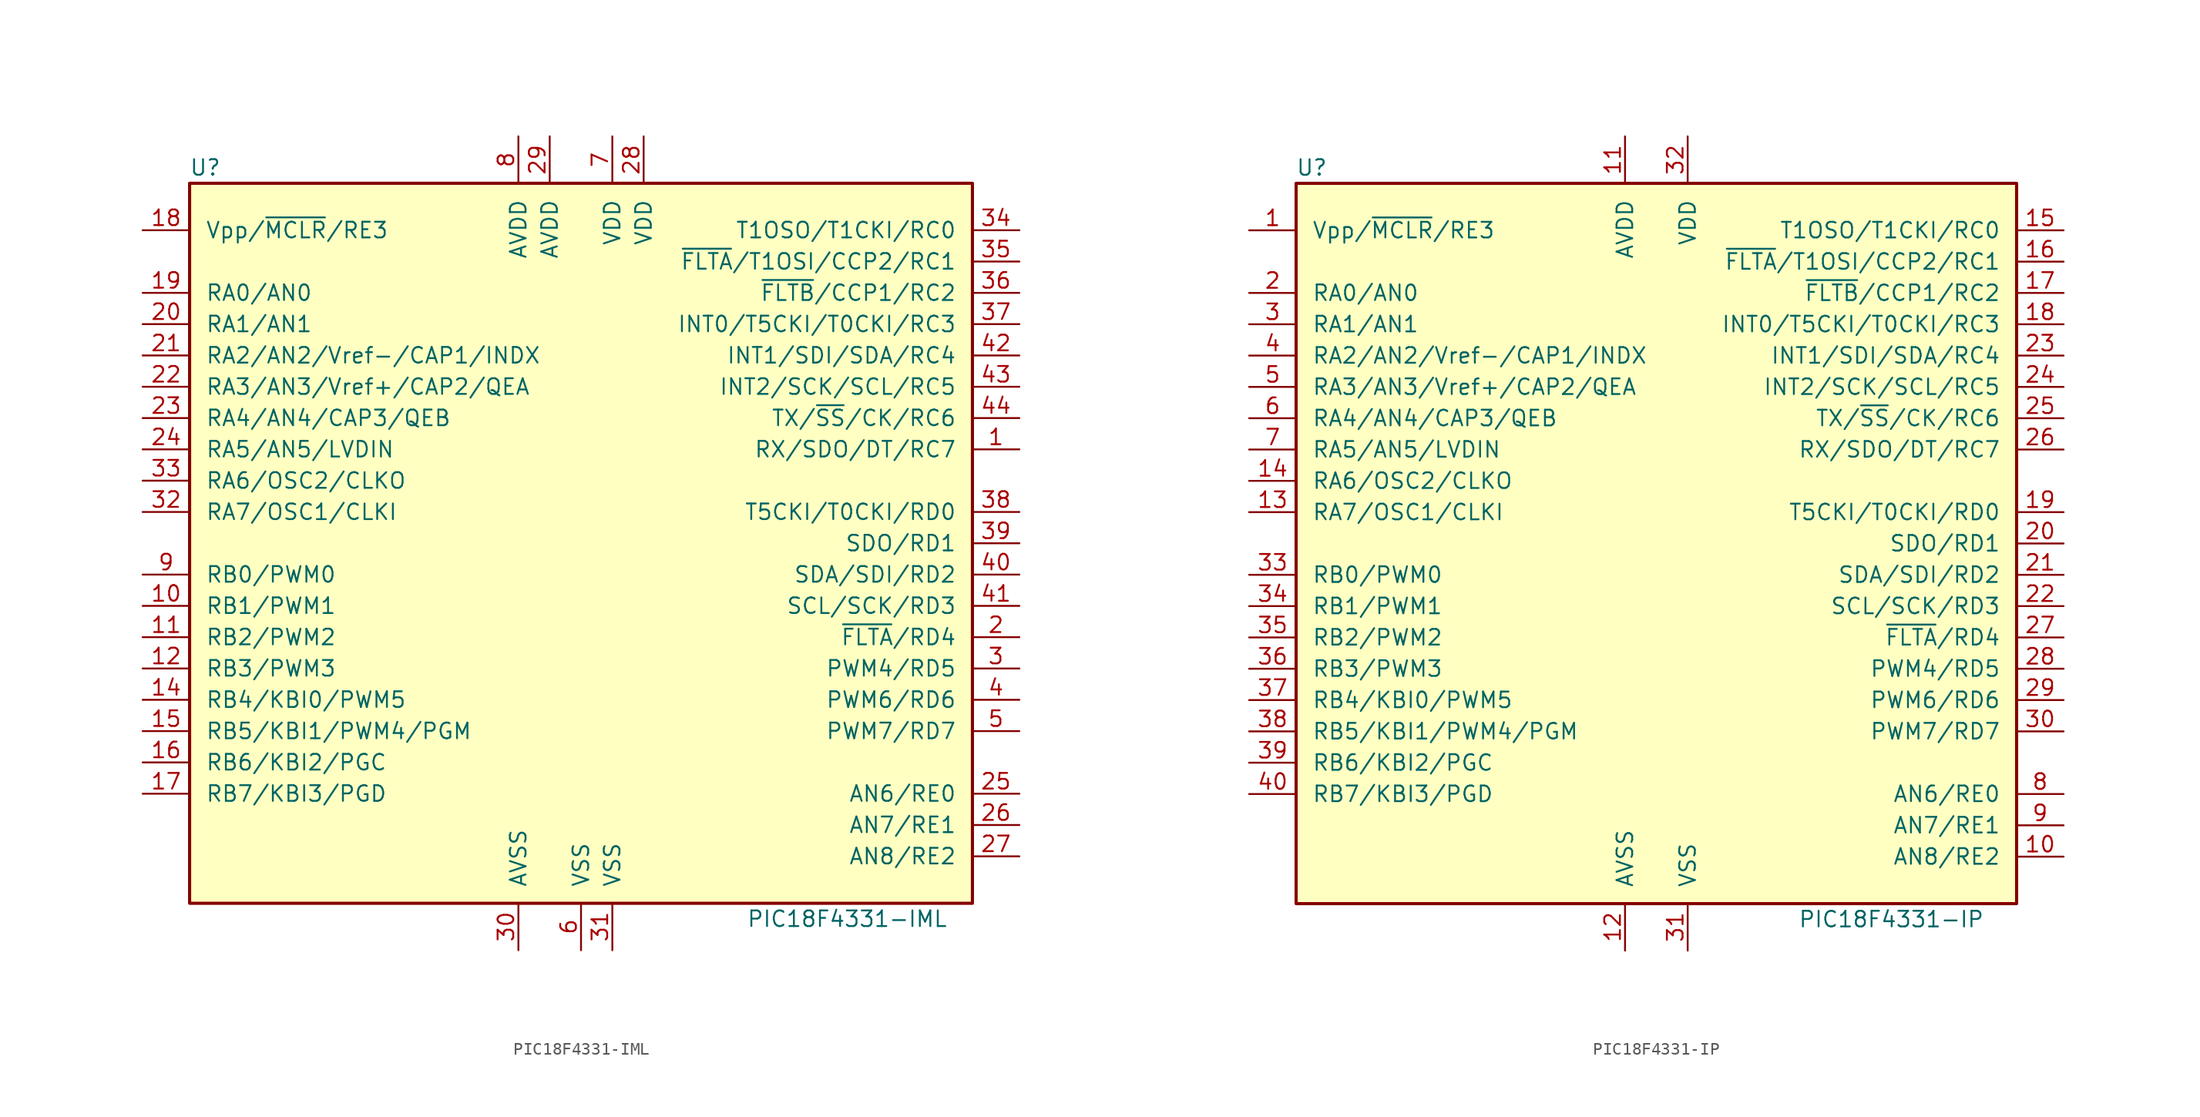
<source format=kicad_sym>
(kicad_symbol_lib
  (version 20231120)
  (generator "kicad_symbol_editor")
  (generator_version "8.0")
  (symbol "PIC18F4331-IML"
    (pin_names
      (offset 1.27))
    (property "Reference" "U"
      (at -30.48 30.48 0)
      (effects (font (size 1.27 1.27))))
    (property "Value" "PIC18F4331-IML"
      (at 21.59 -30.48 0)
      (effects (font (size 1.27 1.27))))
    (symbol "PIC18F4331-IML_0_1"
      (rectangle (start -31.75 29.21) (end 31.75 -29.21) (stroke (width 0.254) (type default)) (fill (type background))))
    (symbol "PIC18F4331-IML_1_1"
      (pin bidirectional line (at 35.56 7.62 180) (length 3.81) (name "RX/SDO/DT/RC7" (effects (font (size 1.27 1.27)))) (number "1" (effects (font (size 1.27 1.27)))))
      (pin bidirectional line (at -35.56 -5.08 0) (length 3.81) (name "RB1/PWM1" (effects (font (size 1.27 1.27)))) (number "10" (effects (font (size 1.27 1.27)))))
      (pin bidirectional line (at -35.56 -7.62 0) (length 3.81) (name "RB2/PWM2" (effects (font (size 1.27 1.27)))) (number "11" (effects (font (size 1.27 1.27)))))
      (pin bidirectional line (at -35.56 -10.16 0) (length 3.81) (name "RB3/PWM3" (effects (font (size 1.27 1.27)))) (number "12" (effects (font (size 1.27 1.27)))))
      (pin no_connect line (at -10.16 -29.21 90) (length 3.81) hide (name "NC" (effects (font (size 1.27 1.27)))) (number "13" (effects (font (size 1.27 1.27)))))
      (pin bidirectional line (at -35.56 -12.7 0) (length 3.81) (name "RB4/KBI0/PWM5" (effects (font (size 1.27 1.27)))) (number "14" (effects (font (size 1.27 1.27)))))
      (pin bidirectional line (at -35.56 -15.24 0) (length 3.81) (name "RB5/KBI1/PWM4/PGM" (effects (font (size 1.27 1.27)))) (number "15" (effects (font (size 1.27 1.27)))))
      (pin bidirectional line (at -35.56 -17.78 0) (length 3.81) (name "RB6/KBI2/PGC" (effects (font (size 1.27 1.27)))) (number "16" (effects (font (size 1.27 1.27)))))
      (pin bidirectional line (at -35.56 -20.32 0) (length 3.81) (name "RB7/KBI3/PGD" (effects (font (size 1.27 1.27)))) (number "17" (effects (font (size 1.27 1.27)))))
      (pin input line (at -35.56 25.4 0) (length 3.81) (name "Vpp/~{MCLR}/RE3" (effects (font (size 1.27 1.27)))) (number "18" (effects (font (size 1.27 1.27)))))
      (pin bidirectional line (at -35.56 20.32 0) (length 3.81) (name "RA0/AN0" (effects (font (size 1.27 1.27)))) (number "19" (effects (font (size 1.27 1.27)))))
      (pin bidirectional line (at 35.56 -7.62 180) (length 3.81) (name "~{FLTA}/RD4" (effects (font (size 1.27 1.27)))) (number "2" (effects (font (size 1.27 1.27)))))
      (pin bidirectional line (at -35.56 17.78 0) (length 3.81) (name "RA1/AN1" (effects (font (size 1.27 1.27)))) (number "20" (effects (font (size 1.27 1.27)))))
      (pin bidirectional line (at -35.56 15.24 0) (length 3.81) (name "RA2/AN2/Vref-/CAP1/INDX" (effects (font (size 1.27 1.27)))) (number "21" (effects (font (size 1.27 1.27)))))
      (pin bidirectional line (at -35.56 12.7 0) (length 3.81) (name "RA3/AN3/Vref+/CAP2/QEA" (effects (font (size 1.27 1.27)))) (number "22" (effects (font (size 1.27 1.27)))))
      (pin bidirectional line (at -35.56 10.16 0) (length 3.81) (name "RA4/AN4/CAP3/QEB" (effects (font (size 1.27 1.27)))) (number "23" (effects (font (size 1.27 1.27)))))
      (pin bidirectional line (at -35.56 7.62 0) (length 3.81) (name "RA5/AN5/LVDIN" (effects (font (size 1.27 1.27)))) (number "24" (effects (font (size 1.27 1.27)))))
      (pin bidirectional line (at 35.56 -20.32 180) (length 3.81) (name "AN6/RE0" (effects (font (size 1.27 1.27)))) (number "25" (effects (font (size 1.27 1.27)))))
      (pin bidirectional line (at 35.56 -22.86 180) (length 3.81) (name "AN7/RE1" (effects (font (size 1.27 1.27)))) (number "26" (effects (font (size 1.27 1.27)))))
      (pin bidirectional line (at 35.56 -25.4 180) (length 3.81) (name "AN8/RE2" (effects (font (size 1.27 1.27)))) (number "27" (effects (font (size 1.27 1.27)))))
      (pin power_in line (at 5.08 33.02 270) (length 3.81) (name "VDD" (effects (font (size 1.27 1.27)))) (number "28" (effects (font (size 1.27 1.27)))))
      (pin power_in line (at -2.54 33.02 270) (length 3.81) (name "AVDD" (effects (font (size 1.27 1.27)))) (number "29" (effects (font (size 1.27 1.27)))))
      (pin bidirectional line (at 35.56 -10.16 180) (length 3.81) (name "PWM4/RD5" (effects (font (size 1.27 1.27)))) (number "3" (effects (font (size 1.27 1.27)))))
      (pin power_in line (at -5.08 -33.02 90) (length 3.81) (name "AVSS" (effects (font (size 1.27 1.27)))) (number "30" (effects (font (size 1.27 1.27)))))
      (pin power_in line (at 2.54 -33.02 90) (length 3.81) (name "VSS" (effects (font (size 1.27 1.27)))) (number "31" (effects (font (size 1.27 1.27)))))
      (pin bidirectional line (at -35.56 2.54 0) (length 3.81) (name "RA7/OSC1/CLKI" (effects (font (size 1.27 1.27)))) (number "32" (effects (font (size 1.27 1.27)))))
      (pin bidirectional line (at -35.56 5.08 0) (length 3.81) (name "RA6/OSC2/CLKO" (effects (font (size 1.27 1.27)))) (number "33" (effects (font (size 1.27 1.27)))))
      (pin bidirectional line (at 35.56 25.4 180) (length 3.81) (name "T1OSO/T1CKI/RC0" (effects (font (size 1.27 1.27)))) (number "34" (effects (font (size 1.27 1.27)))))
      (pin bidirectional line (at 35.56 22.86 180) (length 3.81) (name "~{FLTA}/T1OSI/CCP2/RC1" (effects (font (size 1.27 1.27)))) (number "35" (effects (font (size 1.27 1.27)))))
      (pin bidirectional line (at 35.56 20.32 180) (length 3.81) (name "~{FLTB}/CCP1/RC2" (effects (font (size 1.27 1.27)))) (number "36" (effects (font (size 1.27 1.27)))))
      (pin bidirectional line (at 35.56 17.78 180) (length 3.81) (name "INT0/T5CKI/T0CKI/RC3" (effects (font (size 1.27 1.27)))) (number "37" (effects (font (size 1.27 1.27)))))
      (pin bidirectional line (at 35.56 2.54 180) (length 3.81) (name "T5CKI/T0CKI/RD0" (effects (font (size 1.27 1.27)))) (number "38" (effects (font (size 1.27 1.27)))))
      (pin bidirectional line (at 35.56 0 180) (length 3.81) (name "SDO/RD1" (effects (font (size 1.27 1.27)))) (number "39" (effects (font (size 1.27 1.27)))))
      (pin bidirectional line (at 35.56 -12.7 180) (length 3.81) (name "PWM6/RD6" (effects (font (size 1.27 1.27)))) (number "4" (effects (font (size 1.27 1.27)))))
      (pin bidirectional line (at 35.56 -2.54 180) (length 3.81) (name "SDA/SDI/RD2" (effects (font (size 1.27 1.27)))) (number "40" (effects (font (size 1.27 1.27)))))
      (pin bidirectional line (at 35.56 -5.08 180) (length 3.81) (name "SCL/SCK/RD3" (effects (font (size 1.27 1.27)))) (number "41" (effects (font (size 1.27 1.27)))))
      (pin bidirectional line (at 35.56 15.24 180) (length 3.81) (name "INT1/SDI/SDA/RC4" (effects (font (size 1.27 1.27)))) (number "42" (effects (font (size 1.27 1.27)))))
      (pin bidirectional line (at 35.56 12.7 180) (length 3.81) (name "INT2/SCK/SCL/RC5" (effects (font (size 1.27 1.27)))) (number "43" (effects (font (size 1.27 1.27)))))
      (pin bidirectional line (at 35.56 10.16 180) (length 3.81) (name "TX/~{SS}/CK/RC6" (effects (font (size 1.27 1.27)))) (number "44" (effects (font (size 1.27 1.27)))))
      (pin bidirectional line (at 35.56 -15.24 180) (length 3.81) (name "PWM7/RD7" (effects (font (size 1.27 1.27)))) (number "5" (effects (font (size 1.27 1.27)))))
      (pin power_in line (at 0 -33.02 90) (length 3.81) (name "VSS" (effects (font (size 1.27 1.27)))) (number "6" (effects (font (size 1.27 1.27)))))
      (pin power_in line (at 2.54 33.02 270) (length 3.81) (name "VDD" (effects (font (size 1.27 1.27)))) (number "7" (effects (font (size 1.27 1.27)))))
      (pin power_in line (at -5.08 33.02 270) (length 3.81) (name "AVDD" (effects (font (size 1.27 1.27)))) (number "8" (effects (font (size 1.27 1.27)))))
      (pin bidirectional line (at -35.56 -2.54 0) (length 3.81) (name "RB0/PWM0" (effects (font (size 1.27 1.27)))) (number "9" (effects (font (size 1.27 1.27)))))))
  (symbol "PIC18F4331-IP"
    (pin_names
      (offset 1.27))
    (property "Reference" "U"
      (at -27.94 30.48 0)
      (effects (font (size 1.27 1.27))))
    (property "Value" "PIC18F4331-IP"
      (at 19.05 -30.48 0)
      (effects (font (size 1.27 1.27))))
    (symbol "PIC18F4331-IP_0_1"
      (rectangle (start -29.21 29.21) (end 29.21 -29.21) (stroke (width 0.254) (type default)) (fill (type background))))
    (symbol "PIC18F4331-IP_1_1"
      (pin input line (at -33.02 25.4 0) (length 3.81) (name "Vpp/~{MCLR}/RE3" (effects (font (size 1.27 1.27)))) (number "1" (effects (font (size 1.27 1.27)))))
      (pin bidirectional line (at 33.02 -25.4 180) (length 3.81) (name "AN8/RE2" (effects (font (size 1.27 1.27)))) (number "10" (effects (font (size 1.27 1.27)))))
      (pin power_in line (at -2.54 33.02 270) (length 3.81) (name "AVDD" (effects (font (size 1.27 1.27)))) (number "11" (effects (font (size 1.27 1.27)))))
      (pin power_in line (at -2.54 -33.02 90) (length 3.81) (name "AVSS" (effects (font (size 1.27 1.27)))) (number "12" (effects (font (size 1.27 1.27)))))
      (pin bidirectional line (at -33.02 2.54 0) (length 3.81) (name "RA7/OSC1/CLKI" (effects (font (size 1.27 1.27)))) (number "13" (effects (font (size 1.27 1.27)))))
      (pin bidirectional line (at -33.02 5.08 0) (length 3.81) (name "RA6/OSC2/CLKO" (effects (font (size 1.27 1.27)))) (number "14" (effects (font (size 1.27 1.27)))))
      (pin bidirectional line (at 33.02 25.4 180) (length 3.81) (name "T1OSO/T1CKI/RC0" (effects (font (size 1.27 1.27)))) (number "15" (effects (font (size 1.27 1.27)))))
      (pin bidirectional line (at 33.02 22.86 180) (length 3.81) (name "~{FLTA}/T1OSI/CCP2/RC1" (effects (font (size 1.27 1.27)))) (number "16" (effects (font (size 1.27 1.27)))))
      (pin bidirectional line (at 33.02 20.32 180) (length 3.81) (name "~{FLTB}/CCP1/RC2" (effects (font (size 1.27 1.27)))) (number "17" (effects (font (size 1.27 1.27)))))
      (pin bidirectional line (at 33.02 17.78 180) (length 3.81) (name "INT0/T5CKI/T0CKI/RC3" (effects (font (size 1.27 1.27)))) (number "18" (effects (font (size 1.27 1.27)))))
      (pin bidirectional line (at 33.02 2.54 180) (length 3.81) (name "T5CKI/T0CKI/RD0" (effects (font (size 1.27 1.27)))) (number "19" (effects (font (size 1.27 1.27)))))
      (pin bidirectional line (at -33.02 20.32 0) (length 3.81) (name "RA0/AN0" (effects (font (size 1.27 1.27)))) (number "2" (effects (font (size 1.27 1.27)))))
      (pin bidirectional line (at 33.02 0 180) (length 3.81) (name "SDO/RD1" (effects (font (size 1.27 1.27)))) (number "20" (effects (font (size 1.27 1.27)))))
      (pin bidirectional line (at 33.02 -2.54 180) (length 3.81) (name "SDA/SDI/RD2" (effects (font (size 1.27 1.27)))) (number "21" (effects (font (size 1.27 1.27)))))
      (pin bidirectional line (at 33.02 -5.08 180) (length 3.81) (name "SCL/SCK/RD3" (effects (font (size 1.27 1.27)))) (number "22" (effects (font (size 1.27 1.27)))))
      (pin bidirectional line (at 33.02 15.24 180) (length 3.81) (name "INT1/SDI/SDA/RC4" (effects (font (size 1.27 1.27)))) (number "23" (effects (font (size 1.27 1.27)))))
      (pin bidirectional line (at 33.02 12.7 180) (length 3.81) (name "INT2/SCK/SCL/RC5" (effects (font (size 1.27 1.27)))) (number "24" (effects (font (size 1.27 1.27)))))
      (pin bidirectional line (at 33.02 10.16 180) (length 3.81) (name "TX/~{SS}/CK/RC6" (effects (font (size 1.27 1.27)))) (number "25" (effects (font (size 1.27 1.27)))))
      (pin bidirectional line (at 33.02 7.62 180) (length 3.81) (name "RX/SDO/DT/RC7" (effects (font (size 1.27 1.27)))) (number "26" (effects (font (size 1.27 1.27)))))
      (pin bidirectional line (at 33.02 -7.62 180) (length 3.81) (name "~{FLTA}/RD4" (effects (font (size 1.27 1.27)))) (number "27" (effects (font (size 1.27 1.27)))))
      (pin bidirectional line (at 33.02 -10.16 180) (length 3.81) (name "PWM4/RD5" (effects (font (size 1.27 1.27)))) (number "28" (effects (font (size 1.27 1.27)))))
      (pin bidirectional line (at 33.02 -12.7 180) (length 3.81) (name "PWM6/RD6" (effects (font (size 1.27 1.27)))) (number "29" (effects (font (size 1.27 1.27)))))
      (pin bidirectional line (at -33.02 17.78 0) (length 3.81) (name "RA1/AN1" (effects (font (size 1.27 1.27)))) (number "3" (effects (font (size 1.27 1.27)))))
      (pin bidirectional line (at 33.02 -15.24 180) (length 3.81) (name "PWM7/RD7" (effects (font (size 1.27 1.27)))) (number "30" (effects (font (size 1.27 1.27)))))
      (pin power_in line (at 2.54 -33.02 90) (length 3.81) (name "VSS" (effects (font (size 1.27 1.27)))) (number "31" (effects (font (size 1.27 1.27)))))
      (pin power_in line (at 2.54 33.02 270) (length 3.81) (name "VDD" (effects (font (size 1.27 1.27)))) (number "32" (effects (font (size 1.27 1.27)))))
      (pin bidirectional line (at -33.02 -2.54 0) (length 3.81) (name "RB0/PWM0" (effects (font (size 1.27 1.27)))) (number "33" (effects (font (size 1.27 1.27)))))
      (pin bidirectional line (at -33.02 -5.08 0) (length 3.81) (name "RB1/PWM1" (effects (font (size 1.27 1.27)))) (number "34" (effects (font (size 1.27 1.27)))))
      (pin bidirectional line (at -33.02 -7.62 0) (length 3.81) (name "RB2/PWM2" (effects (font (size 1.27 1.27)))) (number "35" (effects (font (size 1.27 1.27)))))
      (pin bidirectional line (at -33.02 -10.16 0) (length 3.81) (name "RB3/PWM3" (effects (font (size 1.27 1.27)))) (number "36" (effects (font (size 1.27 1.27)))))
      (pin bidirectional line (at -33.02 -12.7 0) (length 3.81) (name "RB4/KBI0/PWM5" (effects (font (size 1.27 1.27)))) (number "37" (effects (font (size 1.27 1.27)))))
      (pin bidirectional line (at -33.02 -15.24 0) (length 3.81) (name "RB5/KBI1/PWM4/PGM" (effects (font (size 1.27 1.27)))) (number "38" (effects (font (size 1.27 1.27)))))
      (pin bidirectional line (at -33.02 -17.78 0) (length 3.81) (name "RB6/KBI2/PGC" (effects (font (size 1.27 1.27)))) (number "39" (effects (font (size 1.27 1.27)))))
      (pin bidirectional line (at -33.02 15.24 0) (length 3.81) (name "RA2/AN2/Vref-/CAP1/INDX" (effects (font (size 1.27 1.27)))) (number "4" (effects (font (size 1.27 1.27)))))
      (pin bidirectional line (at -33.02 -20.32 0) (length 3.81) (name "RB7/KBI3/PGD" (effects (font (size 1.27 1.27)))) (number "40" (effects (font (size 1.27 1.27)))))
      (pin bidirectional line (at -33.02 12.7 0) (length 3.81) (name "RA3/AN3/Vref+/CAP2/QEA" (effects (font (size 1.27 1.27)))) (number "5" (effects (font (size 1.27 1.27)))))
      (pin bidirectional line (at -33.02 10.16 0) (length 3.81) (name "RA4/AN4/CAP3/QEB" (effects (font (size 1.27 1.27)))) (number "6" (effects (font (size 1.27 1.27)))))
      (pin bidirectional line (at -33.02 7.62 0) (length 3.81) (name "RA5/AN5/LVDIN" (effects (font (size 1.27 1.27)))) (number "7" (effects (font (size 1.27 1.27)))))
      (pin bidirectional line (at 33.02 -20.32 180) (length 3.81) (name "AN6/RE0" (effects (font (size 1.27 1.27)))) (number "8" (effects (font (size 1.27 1.27)))))
      (pin bidirectional line (at 33.02 -22.86 180) (length 3.81) (name "AN7/RE1" (effects (font (size 1.27 1.27)))) (number "9" (effects (font (size 1.27 1.27))))))))
</source>
